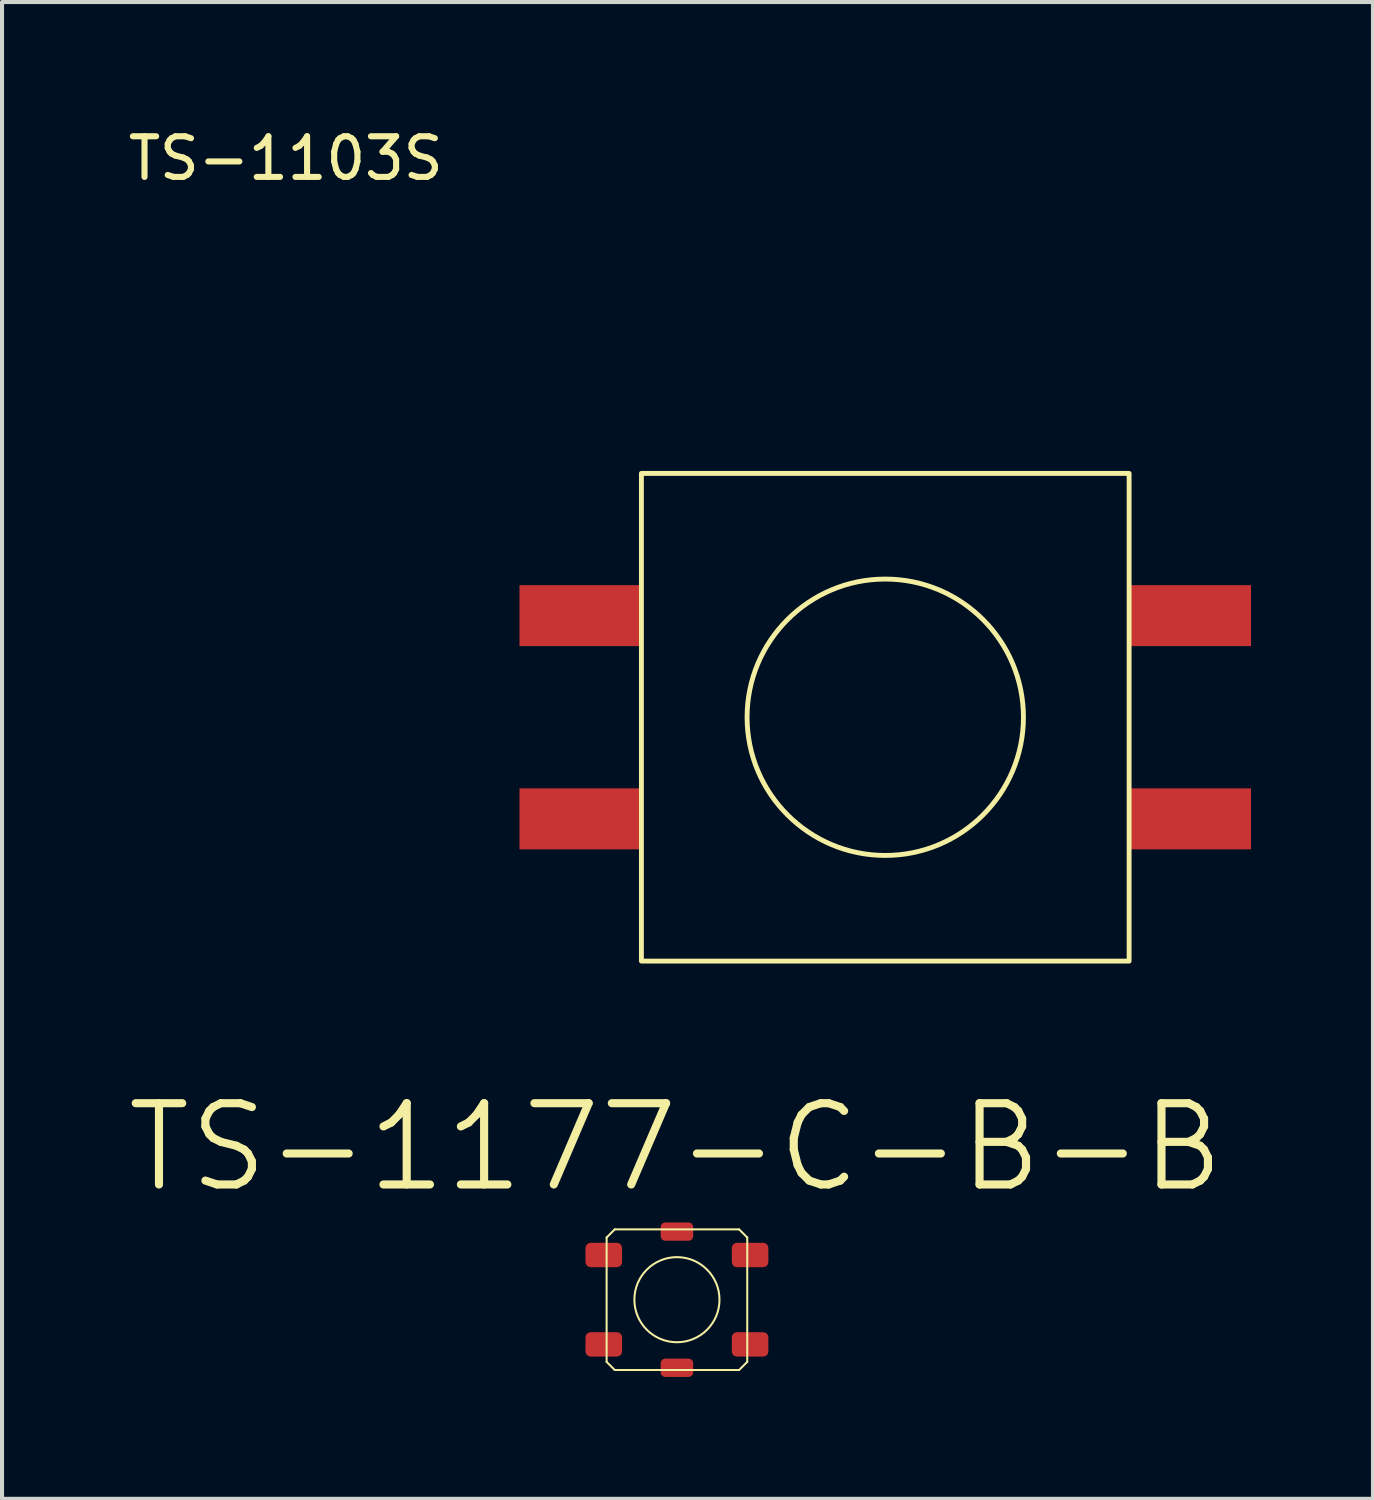
<source format=kicad_pcb>
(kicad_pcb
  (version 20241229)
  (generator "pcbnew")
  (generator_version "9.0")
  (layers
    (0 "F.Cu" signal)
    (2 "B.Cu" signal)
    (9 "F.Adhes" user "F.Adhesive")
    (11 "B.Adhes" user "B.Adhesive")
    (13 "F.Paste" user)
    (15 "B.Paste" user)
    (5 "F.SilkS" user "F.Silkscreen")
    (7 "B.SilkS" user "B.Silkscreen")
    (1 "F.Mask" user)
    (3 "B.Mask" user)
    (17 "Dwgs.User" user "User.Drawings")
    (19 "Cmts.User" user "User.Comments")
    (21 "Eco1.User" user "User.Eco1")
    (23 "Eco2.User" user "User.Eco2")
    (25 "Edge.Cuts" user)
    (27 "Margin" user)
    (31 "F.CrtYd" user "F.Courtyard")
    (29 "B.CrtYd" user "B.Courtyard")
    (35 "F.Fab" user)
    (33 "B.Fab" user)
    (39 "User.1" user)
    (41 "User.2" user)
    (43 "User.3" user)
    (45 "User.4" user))
  (footprint "TS-1177-C-B-B"
    (layer "F.Cu")
    (at 13.606 28.929)
    (property "Reference" "TS-1177-C-B-B" (at -0.03 -3.75 0) (layer "F.SilkS") (effects (font (size 2 2) (thickness 0.2))))
    (fp_line (start -1.73 -1.53) (end -1.53 -1.73) (stroke (width 0.05) (type solid)) (layer "F.SilkS"))
    (fp_line (start -1.73 1.53) (end -1.73 -1.53) (stroke (width 0.05) (type solid)) (layer "F.SilkS"))
    (fp_line (start -1.53 -1.73) (end 1.53 -1.73) (stroke (width 0.05) (type solid)) (layer "F.SilkS"))
    (fp_line (start -1.53 1.73) (end -1.73 1.53) (stroke (width 0.05) (type solid)) (layer "F.SilkS"))
    (fp_line (start 1.53 -1.73) (end 1.73 -1.53) (stroke (width 0.05) (type solid)) (layer "F.SilkS"))
    (fp_line (start 1.53 1.73) (end -1.53 1.73) (stroke (width 0.05) (type solid)) (layer "F.SilkS"))
    (fp_line (start 1.73 -1.53) (end 1.73 1.53) (stroke (width 0.05) (type solid)) (layer "F.SilkS"))
    (fp_line (start 1.73 1.53) (end 1.53 1.73) (stroke (width 0.05) (type solid)) (layer "F.SilkS"))
    (fp_circle (center 0 0) (end 1.047 0) (stroke (width 0.05) (type solid)) (fill no) (layer "F.SilkS"))
    (pad "P$5" smd roundrect (at 0 -1.675) (size 0.8 0.45) (layers "F.Cu" "F.Mask" "F.Paste") (roundrect_rratio 0.25))
    (pad "P$6" smd roundrect (at 0 1.675) (size 0.8 0.45) (layers "F.Cu" "F.Mask" "F.Paste") (roundrect_rratio 0.25))
    (pad "P1" smd roundrect (at -1.8 -1.1) (size 0.9 0.6) (layers "F.Cu" "F.Mask" "F.Paste") (roundrect_rratio 0.212))
    (pad "P2" smd roundrect (at 1.8 -1.1) (size 0.9 0.6) (layers "F.Cu" "F.Mask" "F.Paste") (roundrect_rratio 0.212))
    (pad "P3" smd roundrect (at -1.8 1.1) (size 0.9 0.6) (layers "F.Cu" "F.Mask" "F.Paste") (roundrect_rratio 0.212))
    (pad "P4" smd roundrect (at 1.8 1.1) (size 0.9 0.6) (layers "F.Cu" "F.Mask" "F.Paste") (roundrect_rratio 0.212)))
  (footprint "TS-1103S"
    (layer "F.Cu")
    (at 18.732 14.598)
    (property "Reference" "TS-1103S" (at -14.75 -13.75 0) (unlocked yes) (layer "F.SilkS") (effects (font (size 1 1) (thickness 0.15))))
    (attr smd)
    (fp_rect (start -6 6) (end 6 -6) (stroke (width 0.12) (type default)) (fill no) (layer "F.SilkS"))
    (fp_circle (center 0 0) (end 3.4 0) (stroke (width 0.12) (type default)) (fill no) (layer "F.SilkS"))
    (pad "P1" smd rect (at -7.5 -2.5) (size 3 1.5) (layers "F.Cu" "F.Mask" "F.Paste"))
    (pad "P2" smd rect (at 7.5 -2.5) (size 3 1.5) (layers "F.Cu" "F.Mask" "F.Paste"))
    (pad "P3" smd rect (at -7.5 2.5) (size 3 1.5) (layers "F.Cu" "F.Mask" "F.Paste"))
    (pad "P4" smd rect (at 7.5 2.5) (size 3 1.5) (layers "F.Cu" "F.Mask" "F.Paste")))
  (gr_rect
    (start -3 -3)
    (end 30.732 33.829)
    (stroke (width 0.1) (type default))
    (fill no)
    (layer "Edge.Cuts")))
</source>
